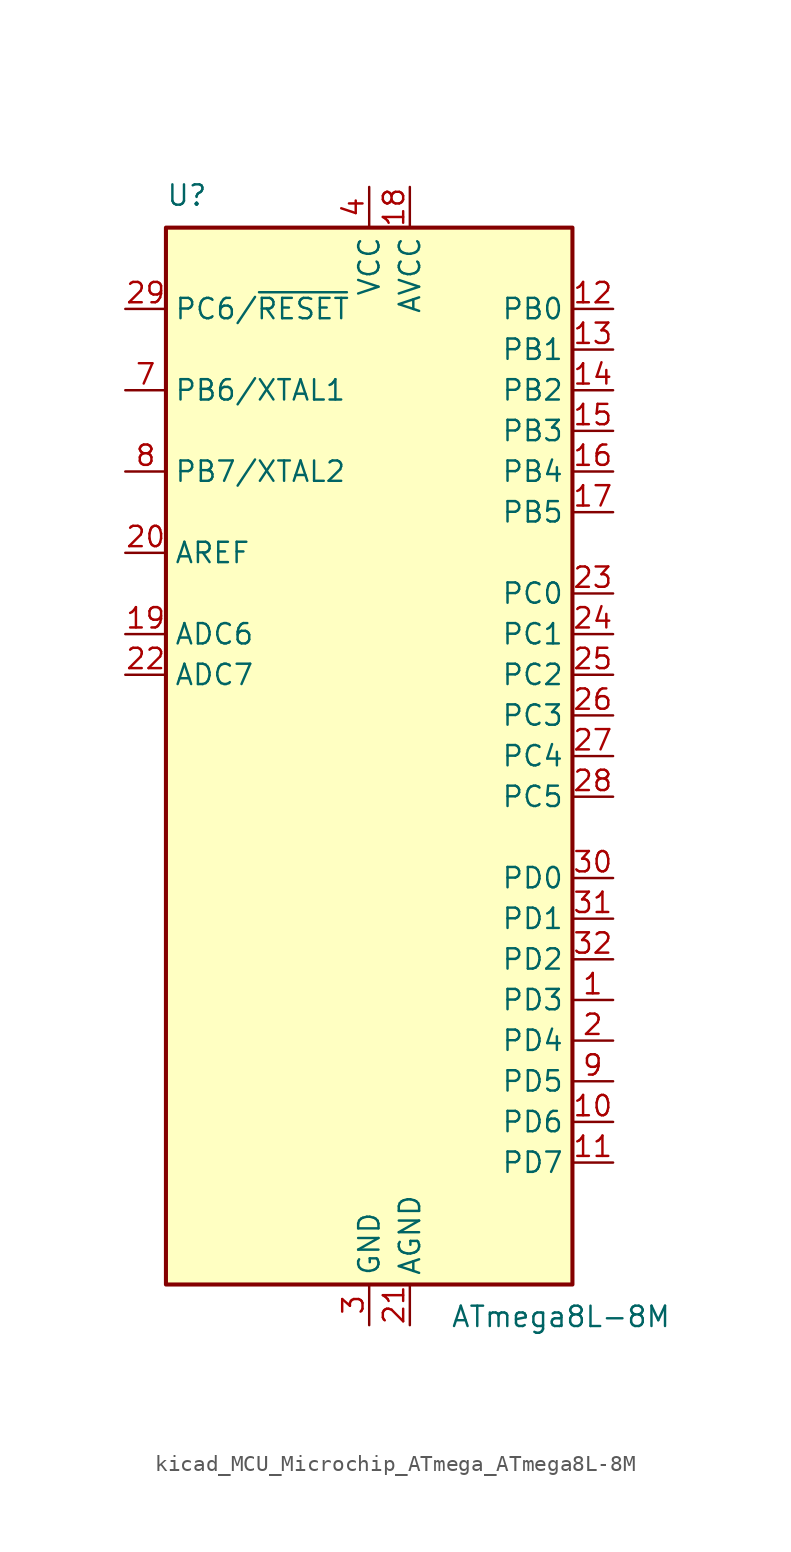
<source format=kicad_sym>
(kicad_symbol_lib
  (version 20220914)
  (generator kicad_symbol_editor)
  (symbol "kicad_MCU_Microchip_ATmega_ATmega8L-8M"
    (property "Reference" "U"
      (at -12.7 34.29 0)
      (effects (font (size 1.27 1.27)) (justify left bottom)))
    (property "Value" "ATmega8L-8M"
      (at 5.08 -34.29 0)
      (effects (font (size 1.27 1.27)) (justify left top)))
    (symbol "kicad_MCU_Microchip_ATmega_ATmega8L-8M_0_1"
      (rectangle (start -12.7 -33.02) (end 12.7 33.02) (stroke (width 0.254) (type default)) (fill (type background))))
    (symbol "kicad_MCU_Microchip_ATmega_ATmega8L-8M_1_1"
      (pin bidirectional line (at 15.24 -15.24 180) (length 2.54) (name "PD3" (effects (font (size 1.27 1.27)))) (number "1" (effects (font (size 1.27 1.27)))))
      (pin bidirectional line (at 15.24 -22.86 180) (length 2.54) (name "PD6" (effects (font (size 1.27 1.27)))) (number "10" (effects (font (size 1.27 1.27)))))
      (pin bidirectional line (at 15.24 -25.4 180) (length 2.54) (name "PD7" (effects (font (size 1.27 1.27)))) (number "11" (effects (font (size 1.27 1.27)))))
      (pin bidirectional line (at 15.24 27.94 180) (length 2.54) (name "PB0" (effects (font (size 1.27 1.27)))) (number "12" (effects (font (size 1.27 1.27)))))
      (pin bidirectional line (at 15.24 25.4 180) (length 2.54) (name "PB1" (effects (font (size 1.27 1.27)))) (number "13" (effects (font (size 1.27 1.27)))))
      (pin bidirectional line (at 15.24 22.86 180) (length 2.54) (name "PB2" (effects (font (size 1.27 1.27)))) (number "14" (effects (font (size 1.27 1.27)))))
      (pin bidirectional line (at 15.24 20.32 180) (length 2.54) (name "PB3" (effects (font (size 1.27 1.27)))) (number "15" (effects (font (size 1.27 1.27)))))
      (pin bidirectional line (at 15.24 17.78 180) (length 2.54) (name "PB4" (effects (font (size 1.27 1.27)))) (number "16" (effects (font (size 1.27 1.27)))))
      (pin bidirectional line (at 15.24 15.24 180) (length 2.54) (name "PB5" (effects (font (size 1.27 1.27)))) (number "17" (effects (font (size 1.27 1.27)))))
      (pin power_in line (at 2.54 35.56 270) (length 2.54) (name "AVCC" (effects (font (size 1.27 1.27)))) (number "18" (effects (font (size 1.27 1.27)))))
      (pin input line (at -15.24 7.62 0) (length 2.54) (name "ADC6" (effects (font (size 1.27 1.27)))) (number "19" (effects (font (size 1.27 1.27)))))
      (pin bidirectional line (at 15.24 -17.78 180) (length 2.54) (name "PD4" (effects (font (size 1.27 1.27)))) (number "2" (effects (font (size 1.27 1.27)))))
      (pin passive line (at -15.24 12.7 0) (length 2.54) (name "AREF" (effects (font (size 1.27 1.27)))) (number "20" (effects (font (size 1.27 1.27)))))
      (pin power_in line (at 2.54 -35.56 90) (length 2.54) (name "AGND" (effects (font (size 1.27 1.27)))) (number "21" (effects (font (size 1.27 1.27)))))
      (pin input line (at -15.24 5.08 0) (length 2.54) (name "ADC7" (effects (font (size 1.27 1.27)))) (number "22" (effects (font (size 1.27 1.27)))))
      (pin bidirectional line (at 15.24 10.16 180) (length 2.54) (name "PC0" (effects (font (size 1.27 1.27)))) (number "23" (effects (font (size 1.27 1.27)))))
      (pin bidirectional line (at 15.24 7.62 180) (length 2.54) (name "PC1" (effects (font (size 1.27 1.27)))) (number "24" (effects (font (size 1.27 1.27)))))
      (pin bidirectional line (at 15.24 5.08 180) (length 2.54) (name "PC2" (effects (font (size 1.27 1.27)))) (number "25" (effects (font (size 1.27 1.27)))))
      (pin bidirectional line (at 15.24 2.54 180) (length 2.54) (name "PC3" (effects (font (size 1.27 1.27)))) (number "26" (effects (font (size 1.27 1.27)))))
      (pin bidirectional line (at 15.24 0 180) (length 2.54) (name "PC4" (effects (font (size 1.27 1.27)))) (number "27" (effects (font (size 1.27 1.27)))))
      (pin bidirectional line (at 15.24 -2.54 180) (length 2.54) (name "PC5" (effects (font (size 1.27 1.27)))) (number "28" (effects (font (size 1.27 1.27)))))
      (pin bidirectional line (at -15.24 27.94 0) (length 2.54) (name "PC6/~{RESET}" (effects (font (size 1.27 1.27)))) (number "29" (effects (font (size 1.27 1.27)))))
      (pin power_in line (at 0 -35.56 90) (length 2.54) (name "GND" (effects (font (size 1.27 1.27)))) (number "3" (effects (font (size 1.27 1.27)))))
      (pin bidirectional line (at 15.24 -7.62 180) (length 2.54) (name "PD0" (effects (font (size 1.27 1.27)))) (number "30" (effects (font (size 1.27 1.27)))))
      (pin bidirectional line (at 15.24 -10.16 180) (length 2.54) (name "PD1" (effects (font (size 1.27 1.27)))) (number "31" (effects (font (size 1.27 1.27)))))
      (pin bidirectional line (at 15.24 -12.7 180) (length 2.54) (name "PD2" (effects (font (size 1.27 1.27)))) (number "32" (effects (font (size 1.27 1.27)))))
      (pin passive line (at 0 -35.56 90) (length 2.54) hide (name "GND" (effects (font (size 1.27 1.27)))) (number "33" (effects (font (size 1.27 1.27)))))
      (pin power_in line (at 0 35.56 270) (length 2.54) (name "VCC" (effects (font (size 1.27 1.27)))) (number "4" (effects (font (size 1.27 1.27)))))
      (pin passive line (at 0 -35.56 90) (length 2.54) hide (name "GND" (effects (font (size 1.27 1.27)))) (number "5" (effects (font (size 1.27 1.27)))))
      (pin passive line (at 0 35.56 270) (length 2.54) hide (name "VCC" (effects (font (size 1.27 1.27)))) (number "6" (effects (font (size 1.27 1.27)))))
      (pin bidirectional line (at -15.24 22.86 0) (length 2.54) (name "PB6/XTAL1" (effects (font (size 1.27 1.27)))) (number "7" (effects (font (size 1.27 1.27)))))
      (pin bidirectional line (at -15.24 17.78 0) (length 2.54) (name "PB7/XTAL2" (effects (font (size 1.27 1.27)))) (number "8" (effects (font (size 1.27 1.27)))))
      (pin bidirectional line (at 15.24 -20.32 180) (length 2.54) (name "PD5" (effects (font (size 1.27 1.27)))) (number "9" (effects (font (size 1.27 1.27))))))))
</source>
